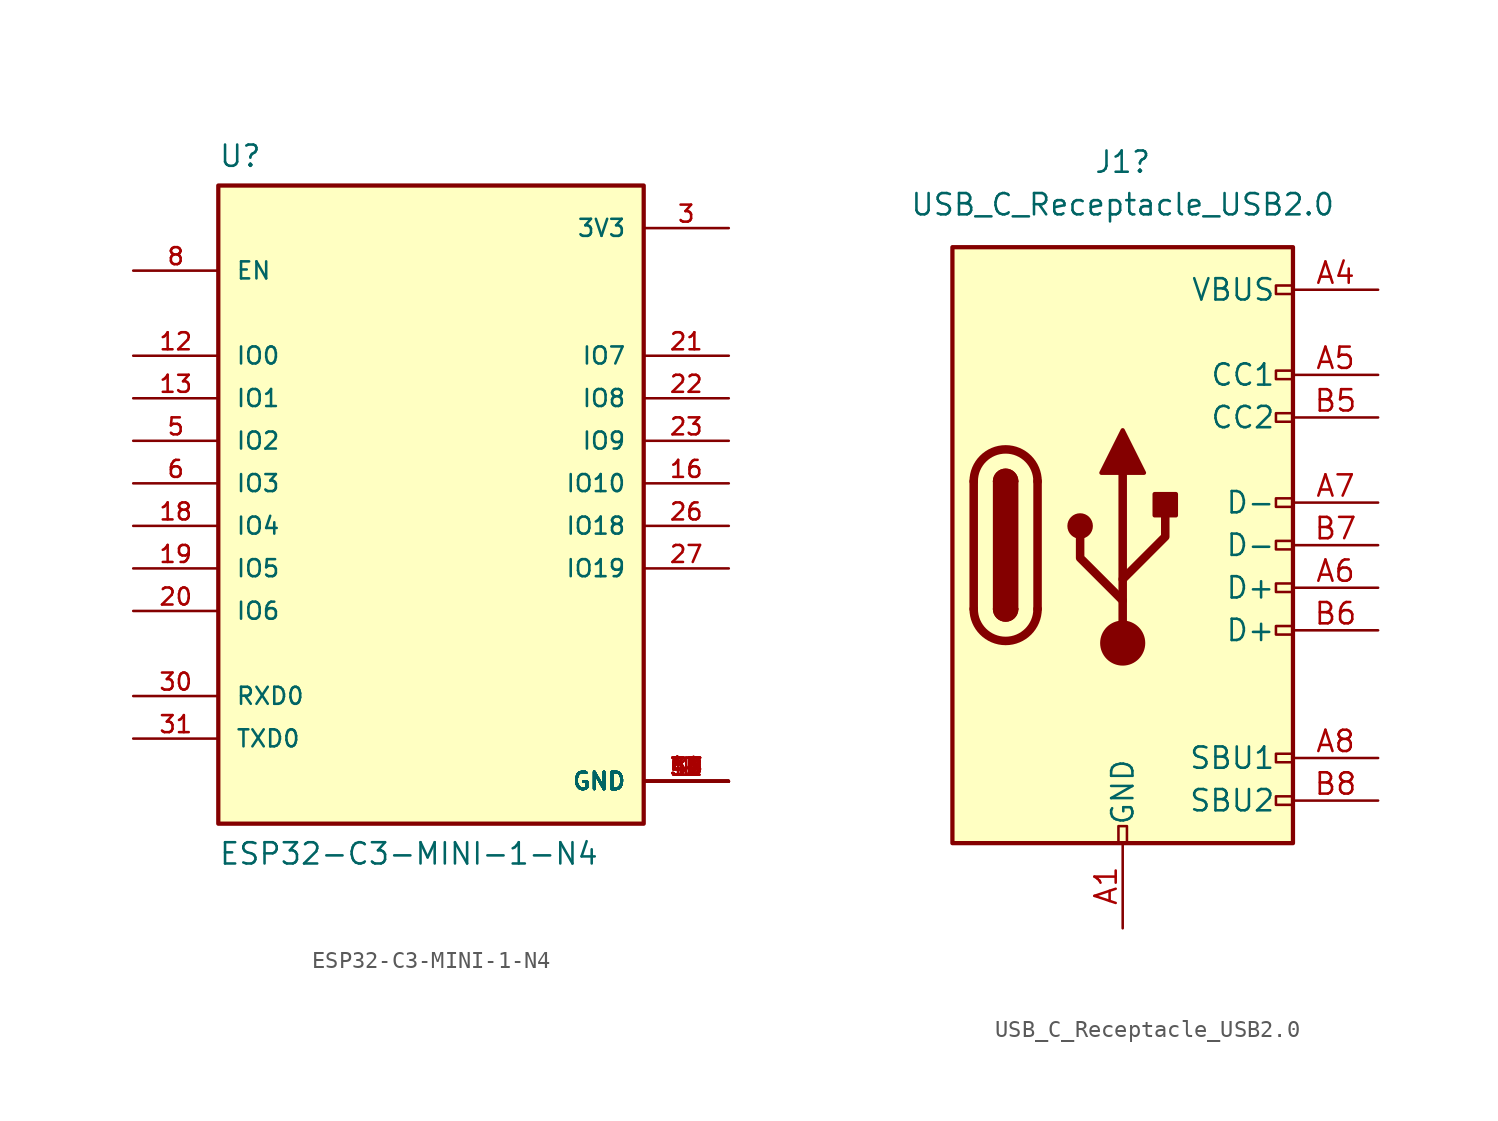
<source format=kicad_sym>
(kicad_symbol_lib
  (version 20231120)
  (generator "kicad_symbol_editor")
  (generator_version "8.0")
  (symbol "ESP32-C3-MINI-1-N4"
    (pin_names
      (offset 1.016))
    (property "Reference" "U"
      (at -12.7 18.796 0)
      (effects (font (size 1.27 1.27)) (justify left bottom)))
    (property "Value" "ESP32-C3-MINI-1-N4"
      (at -12.7 -22.86 0)
      (effects (font (size 1.27 1.27)) (justify left bottom)))
    (symbol "ESP32-C3-MINI-1-N4_0_0"
      (rectangle (start -12.7 -20.32) (end 12.7 17.78) (stroke (width 0.254) (type default)) (fill (type background)))
      (pin power_in line (at 17.78 -17.78 180) (length 5.08) (name "GND" (effects (font (size 1.016 1.016)))) (number "1" (effects (font (size 1.016 1.016)))))
      (pin power_in line (at 17.78 -17.78 180) (length 5.08) (name "GND" (effects (font (size 1.016 1.016)))) (number "11" (effects (font (size 1.016 1.016)))))
      (pin bidirectional line (at -17.78 7.62 0) (length 5.08) (name "IO0" (effects (font (size 1.016 1.016)))) (number "12" (effects (font (size 1.016 1.016)))))
      (pin bidirectional line (at -17.78 5.08 0) (length 5.08) (name "IO1" (effects (font (size 1.016 1.016)))) (number "13" (effects (font (size 1.016 1.016)))))
      (pin power_in line (at 17.78 -17.78 180) (length 5.08) (name "GND" (effects (font (size 1.016 1.016)))) (number "14" (effects (font (size 1.016 1.016)))))
      (pin bidirectional line (at 17.78 0 180) (length 5.08) (name "IO10" (effects (font (size 1.016 1.016)))) (number "16" (effects (font (size 1.016 1.016)))))
      (pin bidirectional line (at -17.78 -2.54 0) (length 5.08) (name "IO4" (effects (font (size 1.016 1.016)))) (number "18" (effects (font (size 1.016 1.016)))))
      (pin bidirectional line (at -17.78 -5.08 0) (length 5.08) (name "IO5" (effects (font (size 1.016 1.016)))) (number "19" (effects (font (size 1.016 1.016)))))
      (pin power_in line (at 17.78 -17.78 180) (length 5.08) (name "GND" (effects (font (size 1.016 1.016)))) (number "2" (effects (font (size 1.016 1.016)))))
      (pin bidirectional line (at -17.78 -7.62 0) (length 5.08) (name "IO6" (effects (font (size 1.016 1.016)))) (number "20" (effects (font (size 1.016 1.016)))))
      (pin bidirectional line (at 17.78 7.62 180) (length 5.08) (name "IO7" (effects (font (size 1.016 1.016)))) (number "21" (effects (font (size 1.016 1.016)))))
      (pin bidirectional line (at 17.78 5.08 180) (length 5.08) (name "IO8" (effects (font (size 1.016 1.016)))) (number "22" (effects (font (size 1.016 1.016)))))
      (pin bidirectional line (at 17.78 2.54 180) (length 5.08) (name "IO9" (effects (font (size 1.016 1.016)))) (number "23" (effects (font (size 1.016 1.016)))))
      (pin bidirectional line (at 17.78 -2.54 180) (length 5.08) (name "IO18" (effects (font (size 1.016 1.016)))) (number "26" (effects (font (size 1.016 1.016)))))
      (pin bidirectional line (at 17.78 -5.08 180) (length 5.08) (name "IO19" (effects (font (size 1.016 1.016)))) (number "27" (effects (font (size 1.016 1.016)))))
      (pin power_in line (at 17.78 15.24 180) (length 5.08) (name "3V3" (effects (font (size 1.016 1.016)))) (number "3" (effects (font (size 1.016 1.016)))))
      (pin bidirectional line (at -17.78 -12.7 0) (length 5.08) (name "RXD0" (effects (font (size 1.016 1.016)))) (number "30" (effects (font (size 1.016 1.016)))))
      (pin bidirectional line (at -17.78 -15.24 0) (length 5.08) (name "TXD0" (effects (font (size 1.016 1.016)))) (number "31" (effects (font (size 1.016 1.016)))))
      (pin power_in line (at 17.78 -17.78 180) (length 5.08) (name "GND" (effects (font (size 1.016 1.016)))) (number "36" (effects (font (size 1.016 1.016)))))
      (pin power_in line (at 17.78 -17.78 180) (length 5.08) (name "GND" (effects (font (size 1.016 1.016)))) (number "37" (effects (font (size 1.016 1.016)))))
      (pin power_in line (at 17.78 -17.78 180) (length 5.08) (name "GND" (effects (font (size 1.016 1.016)))) (number "38" (effects (font (size 1.016 1.016)))))
      (pin power_in line (at 17.78 -17.78 180) (length 5.08) (name "GND" (effects (font (size 1.016 1.016)))) (number "39" (effects (font (size 1.016 1.016)))))
      (pin power_in line (at 17.78 -17.78 180) (length 5.08) (name "GND" (effects (font (size 1.016 1.016)))) (number "40" (effects (font (size 1.016 1.016)))))
      (pin power_in line (at 17.78 -17.78 180) (length 5.08) (name "GND" (effects (font (size 1.016 1.016)))) (number "41" (effects (font (size 1.016 1.016)))))
      (pin power_in line (at 17.78 -17.78 180) (length 5.08) (name "GND" (effects (font (size 1.016 1.016)))) (number "42" (effects (font (size 1.016 1.016)))))
      (pin power_in line (at 17.78 -17.78 180) (length 5.08) (name "GND" (effects (font (size 1.016 1.016)))) (number "43" (effects (font (size 1.016 1.016)))))
      (pin power_in line (at 17.78 -17.78 180) (length 5.08) (name "GND" (effects (font (size 1.016 1.016)))) (number "44" (effects (font (size 1.016 1.016)))))
      (pin power_in line (at 17.78 -17.78 180) (length 5.08) (name "GND" (effects (font (size 1.016 1.016)))) (number "45" (effects (font (size 1.016 1.016)))))
      (pin power_in line (at 17.78 -17.78 180) (length 5.08) (name "GND" (effects (font (size 1.016 1.016)))) (number "46" (effects (font (size 1.016 1.016)))))
      (pin power_in line (at 17.78 -17.78 180) (length 5.08) (name "GND" (effects (font (size 1.016 1.016)))) (number "47" (effects (font (size 1.016 1.016)))))
      (pin power_in line (at 17.78 -17.78 180) (length 5.08) (name "GND" (effects (font (size 1.016 1.016)))) (number "48" (effects (font (size 1.016 1.016)))))
      (pin bidirectional line (at -17.78 2.54 0) (length 5.08) (name "IO2" (effects (font (size 1.016 1.016)))) (number "5" (effects (font (size 1.016 1.016)))))
      (pin power_in line (at 17.78 -17.78 180) (length 5.08) (name "GND" (effects (font (size 1.016 1.016)))) (number "50" (effects (font (size 1.016 1.016)))))
      (pin power_in line (at 17.78 -17.78 180) (length 5.08) (name "GND" (effects (font (size 1.016 1.016)))) (number "51" (effects (font (size 1.016 1.016)))))
      (pin power_in line (at 17.78 -17.78 180) (length 5.08) (name "GND" (effects (font (size 1.016 1.016)))) (number "52" (effects (font (size 1.016 1.016)))))
      (pin power_in line (at 17.78 -17.78 180) (length 5.08) (name "GND" (effects (font (size 1.016 1.016)))) (number "53" (effects (font (size 1.016 1.016)))))
      (pin bidirectional line (at -17.78 0 0) (length 5.08) (name "IO3" (effects (font (size 1.016 1.016)))) (number "6" (effects (font (size 1.016 1.016)))))
      (pin input line (at -17.78 12.7 0) (length 5.08) (name "EN" (effects (font (size 1.016 1.016)))) (number "8" (effects (font (size 1.016 1.016))))))
    (symbol "ESP32-C3-MINI-1-N4_1_0"
      (pin power_in line (at 17.78 -17.78 180) (length 5.08) (name "GND" (effects (font (size 1.016 1.016)))) (number "49" (effects (font (size 1.016 1.016)))))))
  (symbol "USB_C_Receptacle_USB2.0"
    (pin_names
      (offset 1.016))
    (property "Reference" "J1"
      (at 0 22.86 0)
      (effects (font (size 1.27 1.27))))
    (property "Value" "USB_C_Receptacle_USB2.0"
      (at 0 20.32 0)
      (effects (font (size 1.27 1.27))))
    (symbol "USB_C_Receptacle_USB2.0_0_0"
      (rectangle (start -0.254 -17.78) (end 0.254 -16.764) (stroke (width 0) (type default)) (fill (type none)))
      (rectangle (start 10.16 -14.986) (end 9.144 -15.494) (stroke (width 0) (type default)) (fill (type none)))
      (rectangle (start 10.16 -12.446) (end 9.144 -12.954) (stroke (width 0) (type default)) (fill (type none)))
      (rectangle (start 10.16 -4.826) (end 9.144 -5.334) (stroke (width 0) (type default)) (fill (type none)))
      (rectangle (start 10.16 -2.286) (end 9.144 -2.794) (stroke (width 0) (type default)) (fill (type none)))
      (rectangle (start 10.16 0.254) (end 9.144 -0.254) (stroke (width 0) (type default)) (fill (type none)))
      (rectangle (start 10.16 2.794) (end 9.144 2.286) (stroke (width 0) (type default)) (fill (type none)))
      (rectangle (start 10.16 7.874) (end 9.144 7.366) (stroke (width 0) (type default)) (fill (type none)))
      (rectangle (start 10.16 10.414) (end 9.144 9.906) (stroke (width 0) (type default)) (fill (type none)))
      (rectangle (start 10.16 15.494) (end 9.144 14.986) (stroke (width 0) (type default)) (fill (type none))))
    (symbol "USB_C_Receptacle_USB2.0_0_1"
      (rectangle (start -10.16 17.78) (end 10.16 -17.78) (stroke (width 0.254) (type default)) (fill (type background)))
      (arc (start -8.89 -3.81) (mid -6.985 -5.7067) (end -5.08 -3.81) (stroke (width 0.508) (type default)) (fill (type none)))
      (arc (start -7.62 -3.81) (mid -6.985 -4.4423) (end -6.35 -3.81) (stroke (width 0.254) (type default)) (fill (type none)))
      (arc (start -7.62 -3.81) (mid -6.985 -4.4423) (end -6.35 -3.81) (stroke (width 0.254) (type default)) (fill (type outline)))
      (rectangle (start -7.62 -3.81) (end -6.35 3.81) (stroke (width 0.254) (type default)) (fill (type outline)))
      (arc (start -6.35 3.81) (mid -6.985 4.4423) (end -7.62 3.81) (stroke (width 0.254) (type default)) (fill (type none)))
      (arc (start -6.35 3.81) (mid -6.985 4.4423) (end -7.62 3.81) (stroke (width 0.254) (type default)) (fill (type outline)))
      (arc (start -5.08 3.81) (mid -6.985 5.7067) (end -8.89 3.81) (stroke (width 0.508) (type default)) (fill (type none)))
      (circle (center -2.54 1.143) (radius 0.635) (stroke (width 0.254) (type default)) (fill (type outline)))
      (circle (center 0 -5.842) (radius 1.27) (stroke (width 0) (type default)) (fill (type outline)))
      (polyline (pts (xy -8.89 -3.81) (xy -8.89 3.81)) (stroke (width 0.508) (type default)) (fill (type none)))
      (polyline (pts (xy -5.08 3.81) (xy -5.08 -3.81)) (stroke (width 0.508) (type default)) (fill (type none)))
      (polyline (pts (xy 0 -5.842) (xy 0 4.318)) (stroke (width 0.508) (type default)) (fill (type none)))
      (polyline (pts (xy 0 -3.302) (xy -2.54 -0.762) (xy -2.54 0.508)) (stroke (width 0.508) (type default)) (fill (type none)))
      (polyline (pts (xy 0 -2.032) (xy 2.54 0.508) (xy 2.54 1.778)) (stroke (width 0.508) (type default)) (fill (type none)))
      (polyline (pts (xy -1.27 4.318) (xy 0 6.858) (xy 1.27 4.318) (xy -1.27 4.318)) (stroke (width 0.254) (type default)) (fill (type outline)))
      (rectangle (start 1.905 1.778) (end 3.175 3.048) (stroke (width 0.254) (type default)) (fill (type outline))))
    (symbol "USB_C_Receptacle_USB2.0_1_1"
      (pin passive line (at 0 -22.86 90) (length 5.08) (name "GND" (effects (font (size 1.27 1.27)))) (number "A1" (effects (font (size 1.27 1.27)))))
      (pin passive line (at 15.24 15.24 180) (length 5.08) (name "VBUS" (effects (font (size 1.27 1.27)))) (number "A4" (effects (font (size 1.27 1.27)))))
      (pin bidirectional line (at 15.24 10.16 180) (length 5.08) (name "CC1" (effects (font (size 1.27 1.27)))) (number "A5" (effects (font (size 1.27 1.27)))))
      (pin bidirectional line (at 15.24 -2.54 180) (length 5.08) (name "D+" (effects (font (size 1.27 1.27)))) (number "A6" (effects (font (size 1.27 1.27)))))
      (pin bidirectional line (at 15.24 2.54 180) (length 5.08) (name "D-" (effects (font (size 1.27 1.27)))) (number "A7" (effects (font (size 1.27 1.27)))))
      (pin bidirectional line (at 15.24 -12.7 180) (length 5.08) (name "SBU1" (effects (font (size 1.27 1.27)))) (number "A8" (effects (font (size 1.27 1.27)))))
      (pin bidirectional line (at 15.24 7.62 180) (length 5.08) (name "CC2" (effects (font (size 1.27 1.27)))) (number "B5" (effects (font (size 1.27 1.27)))))
      (pin bidirectional line (at 15.24 -5.08 180) (length 5.08) (name "D+" (effects (font (size 1.27 1.27)))) (number "B6" (effects (font (size 1.27 1.27)))))
      (pin bidirectional line (at 15.24 0 180) (length 5.08) (name "D-" (effects (font (size 1.27 1.27)))) (number "B7" (effects (font (size 1.27 1.27)))))
      (pin bidirectional line (at 15.24 -15.24 180) (length 5.08) (name "SBU2" (effects (font (size 1.27 1.27)))) (number "B8" (effects (font (size 1.27 1.27))))))))
</source>
